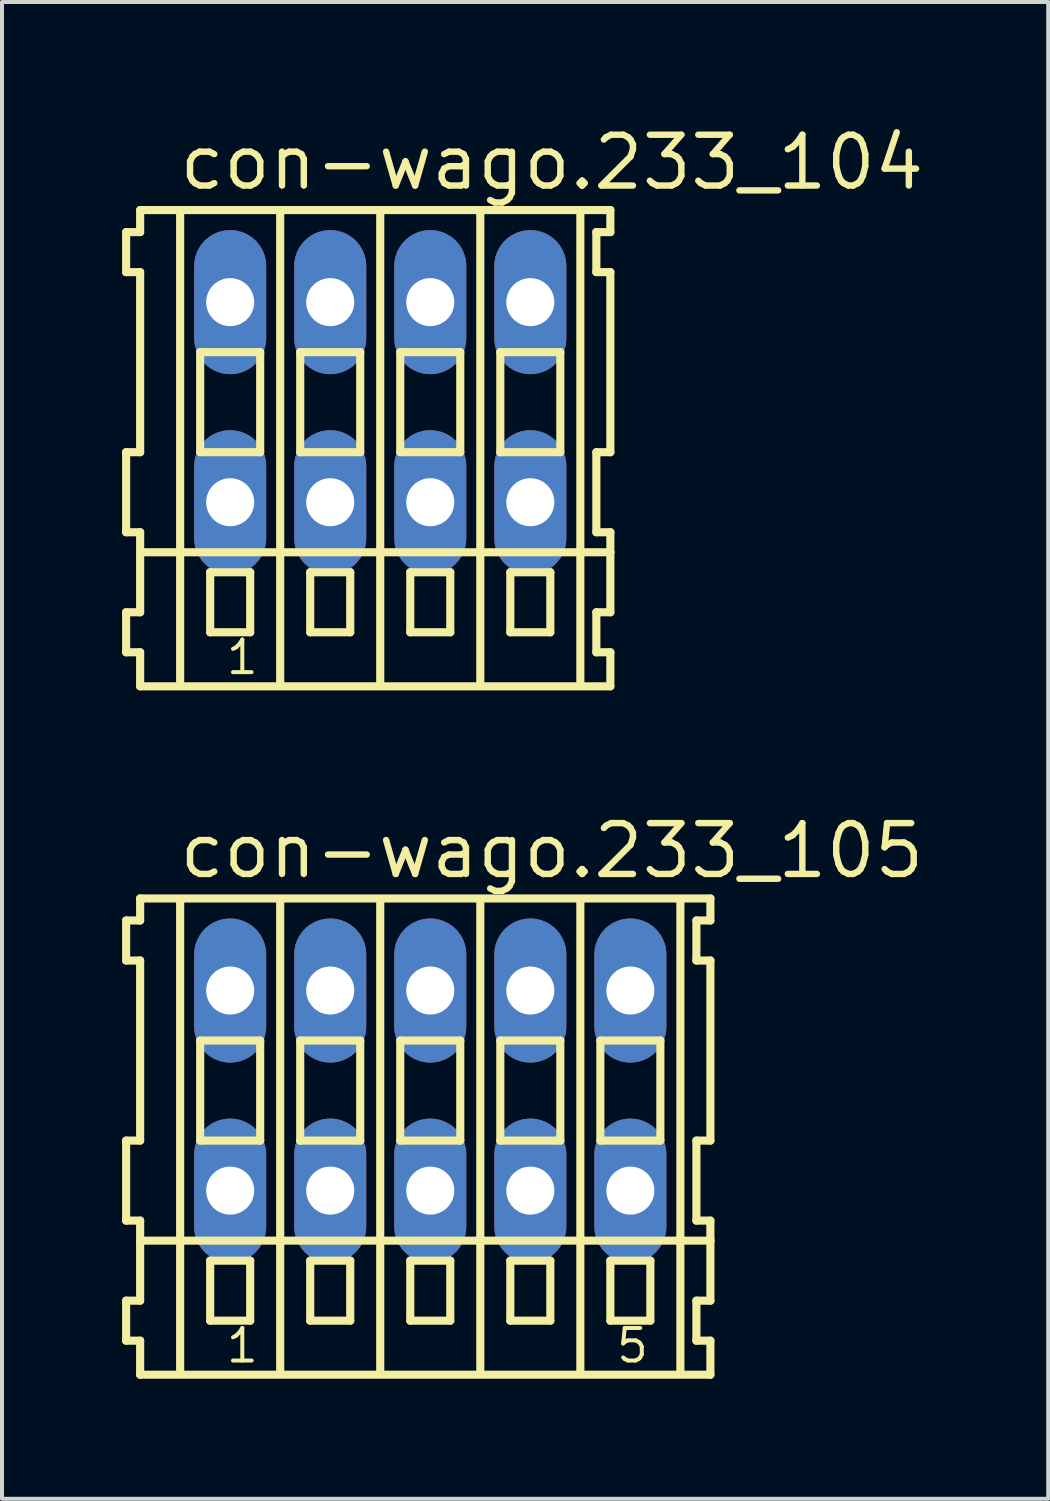
<source format=kicad_pcb>
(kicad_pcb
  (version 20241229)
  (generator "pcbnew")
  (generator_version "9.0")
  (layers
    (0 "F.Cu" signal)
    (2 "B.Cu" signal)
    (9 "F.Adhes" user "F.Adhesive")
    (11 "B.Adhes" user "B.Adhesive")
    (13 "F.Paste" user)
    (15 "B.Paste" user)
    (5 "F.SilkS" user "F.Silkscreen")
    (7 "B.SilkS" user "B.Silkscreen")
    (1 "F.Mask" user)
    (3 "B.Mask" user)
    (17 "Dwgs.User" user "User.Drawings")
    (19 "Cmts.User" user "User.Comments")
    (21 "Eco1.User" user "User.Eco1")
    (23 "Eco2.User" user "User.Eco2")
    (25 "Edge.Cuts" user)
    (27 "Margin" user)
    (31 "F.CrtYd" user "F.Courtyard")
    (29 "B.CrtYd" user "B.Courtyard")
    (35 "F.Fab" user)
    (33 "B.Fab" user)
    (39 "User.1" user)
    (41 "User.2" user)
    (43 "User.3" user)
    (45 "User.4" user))
  (footprint "con-wago.233_104"
    (layer "F.Cu")
    (at 6.452 7)
    (property "Reference" "con-wago.233_104" (at -5.1 -5.25 0) (layer "F.SilkS") (effects (font (size 1.27 1.27) (thickness 0.16)) (justify left bottom)))
    (attr through_hole)
    (fp_line (start -6.35 -4.25) (end -6.35 -3.25) (stroke (width 0.203) (type default)) (layer "F.SilkS"))
    (fp_line (start -6.35 -3.25) (end -6 -3.25) (stroke (width 0.203) (type default)) (layer "F.SilkS"))
    (fp_line (start -6.35 1.25) (end -6.35 3.25) (stroke (width 0.203) (type default)) (layer "F.SilkS"))
    (fp_line (start -6.35 3.25) (end -6 3.25) (stroke (width 0.203) (type default)) (layer "F.SilkS"))
    (fp_line (start -6.35 5.25) (end -6.35 6.25) (stroke (width 0.203) (type default)) (layer "F.SilkS"))
    (fp_line (start -6.35 6.25) (end -6 6.25) (stroke (width 0.203) (type default)) (layer "F.SilkS"))
    (fp_line (start -6 -4.8) (end -6 -4.25) (stroke (width 0.203) (type default)) (layer "F.SilkS"))
    (fp_line (start -6 -4.25) (end -6.35 -4.25) (stroke (width 0.203) (type default)) (layer "F.SilkS"))
    (fp_line (start -6 -3.25) (end -6 1.25) (stroke (width 0.203) (type default)) (layer "F.SilkS"))
    (fp_line (start -6 1.25) (end -6.35 1.25) (stroke (width 0.203) (type default)) (layer "F.SilkS"))
    (fp_line (start -6 3.25) (end -6 5.25) (stroke (width 0.203) (type default)) (layer "F.SilkS"))
    (fp_line (start -6 3.75) (end 5.75 3.75) (stroke (width 0.203) (type default)) (layer "F.SilkS"))
    (fp_line (start -6 5.25) (end -6.35 5.25) (stroke (width 0.203) (type default)) (layer "F.SilkS"))
    (fp_line (start -6 6.25) (end -6 7.1) (stroke (width 0.203) (type default)) (layer "F.SilkS"))
    (fp_line (start -6 7.1) (end 5.75 7.1) (stroke (width 0.203) (type default)) (layer "F.SilkS"))
    (fp_line (start -5 -4.75) (end -5 7) (stroke (width 0.203) (type default)) (layer "F.SilkS"))
    (fp_line (start -4.5 -1.25) (end -4.5 1.25) (stroke (width 0.203) (type default)) (layer "F.SilkS"))
    (fp_line (start -4.5 1.25) (end -3 1.25) (stroke (width 0.203) (type default)) (layer "F.SilkS"))
    (fp_line (start -4.25 4.25) (end -4.25 5.75) (stroke (width 0.203) (type default)) (layer "F.SilkS"))
    (fp_line (start -4.25 5.75) (end -3.25 5.75) (stroke (width 0.203) (type default)) (layer "F.SilkS"))
    (fp_line (start -3.25 4.25) (end -4.25 4.25) (stroke (width 0.203) (type default)) (layer "F.SilkS"))
    (fp_line (start -3.25 5.75) (end -3.25 4.25) (stroke (width 0.203) (type default)) (layer "F.SilkS"))
    (fp_line (start -3 -1.25) (end -4.5 -1.25) (stroke (width 0.203) (type default)) (layer "F.SilkS"))
    (fp_line (start -3 1.25) (end -3 -1.25) (stroke (width 0.203) (type default)) (layer "F.SilkS"))
    (fp_line (start -2.5 -4.75) (end -2.5 7) (stroke (width 0.203) (type default)) (layer "F.SilkS"))
    (fp_line (start -2 -1.25) (end -2 1.25) (stroke (width 0.203) (type default)) (layer "F.SilkS"))
    (fp_line (start -2 1.25) (end -0.5 1.25) (stroke (width 0.203) (type default)) (layer "F.SilkS"))
    (fp_line (start -1.75 4.25) (end -1.75 5.75) (stroke (width 0.203) (type default)) (layer "F.SilkS"))
    (fp_line (start -1.75 5.75) (end -0.75 5.75) (stroke (width 0.203) (type default)) (layer "F.SilkS"))
    (fp_line (start -0.75 4.25) (end -1.75 4.25) (stroke (width 0.203) (type default)) (layer "F.SilkS"))
    (fp_line (start -0.75 5.75) (end -0.75 4.25) (stroke (width 0.203) (type default)) (layer "F.SilkS"))
    (fp_line (start -0.5 -1.25) (end -2 -1.25) (stroke (width 0.203) (type default)) (layer "F.SilkS"))
    (fp_line (start -0.5 1.25) (end -0.5 -1.25) (stroke (width 0.203) (type default)) (layer "F.SilkS"))
    (fp_line (start 0 -4.75) (end 0 7) (stroke (width 0.203) (type default)) (layer "F.SilkS"))
    (fp_line (start 0.5 -1.25) (end 0.5 1.25) (stroke (width 0.203) (type default)) (layer "F.SilkS"))
    (fp_line (start 0.5 1.25) (end 2 1.25) (stroke (width 0.203) (type default)) (layer "F.SilkS"))
    (fp_line (start 0.75 4.25) (end 0.75 5.75) (stroke (width 0.203) (type default)) (layer "F.SilkS"))
    (fp_line (start 0.75 5.75) (end 1.75 5.75) (stroke (width 0.203) (type default)) (layer "F.SilkS"))
    (fp_line (start 1.75 4.25) (end 0.75 4.25) (stroke (width 0.203) (type default)) (layer "F.SilkS"))
    (fp_line (start 1.75 5.75) (end 1.75 4.25) (stroke (width 0.203) (type default)) (layer "F.SilkS"))
    (fp_line (start 2 -1.25) (end 0.5 -1.25) (stroke (width 0.203) (type default)) (layer "F.SilkS"))
    (fp_line (start 2 1.25) (end 2 -1.25) (stroke (width 0.203) (type default)) (layer "F.SilkS"))
    (fp_line (start 2.5 -4.75) (end 2.5 7) (stroke (width 0.203) (type default)) (layer "F.SilkS"))
    (fp_line (start 3 -1.25) (end 3 1.25) (stroke (width 0.203) (type default)) (layer "F.SilkS"))
    (fp_line (start 3 1.25) (end 4.5 1.25) (stroke (width 0.203) (type default)) (layer "F.SilkS"))
    (fp_line (start 3.25 4.25) (end 3.25 5.75) (stroke (width 0.203) (type default)) (layer "F.SilkS"))
    (fp_line (start 3.25 5.75) (end 4.25 5.75) (stroke (width 0.203) (type default)) (layer "F.SilkS"))
    (fp_line (start 4.25 4.25) (end 3.25 4.25) (stroke (width 0.203) (type default)) (layer "F.SilkS"))
    (fp_line (start 4.25 5.75) (end 4.25 4.25) (stroke (width 0.203) (type default)) (layer "F.SilkS"))
    (fp_line (start 4.5 -1.25) (end 3 -1.25) (stroke (width 0.203) (type default)) (layer "F.SilkS"))
    (fp_line (start 4.5 1.25) (end 4.5 -1.25) (stroke (width 0.203) (type default)) (layer "F.SilkS"))
    (fp_line (start 5 -4.75) (end 5 7) (stroke (width 0.203) (type default)) (layer "F.SilkS"))
    (fp_line (start 5.4 -4.25) (end 5.4 -3.25) (stroke (width 0.203) (type default)) (layer "F.SilkS"))
    (fp_line (start 5.4 -3.25) (end 5.75 -3.25) (stroke (width 0.203) (type default)) (layer "F.SilkS"))
    (fp_line (start 5.4 1.25) (end 5.4 3.25) (stroke (width 0.203) (type default)) (layer "F.SilkS"))
    (fp_line (start 5.4 3.25) (end 5.75 3.25) (stroke (width 0.203) (type default)) (layer "F.SilkS"))
    (fp_line (start 5.4 5.25) (end 5.4 6.25) (stroke (width 0.203) (type default)) (layer "F.SilkS"))
    (fp_line (start 5.4 6.25) (end 5.75 6.25) (stroke (width 0.203) (type default)) (layer "F.SilkS"))
    (fp_line (start 5.75 -4.8) (end -6 -4.8) (stroke (width 0.203) (type default)) (layer "F.SilkS"))
    (fp_line (start 5.75 -4.25) (end 5.4 -4.25) (stroke (width 0.203) (type default)) (layer "F.SilkS"))
    (fp_line (start 5.75 -4.25) (end 5.75 -4.8) (stroke (width 0.203) (type default)) (layer "F.SilkS"))
    (fp_line (start 5.75 1.25) (end 5.4 1.25) (stroke (width 0.203) (type default)) (layer "F.SilkS"))
    (fp_line (start 5.75 1.25) (end 5.75 -3.25) (stroke (width 0.203) (type default)) (layer "F.SilkS"))
    (fp_line (start 5.75 3.75) (end 5.75 3.25) (stroke (width 0.203) (type default)) (layer "F.SilkS"))
    (fp_line (start 5.75 5.25) (end 5.4 5.25) (stroke (width 0.203) (type default)) (layer "F.SilkS"))
    (fp_line (start 5.75 5.25) (end 5.75 3.75) (stroke (width 0.203) (type default)) (layer "F.SilkS"))
    (fp_line (start 5.75 7.1) (end 5.75 6.25) (stroke (width 0.203) (type default)) (layer "F.SilkS"))
    (fp_text user "1" (at -3.9 6.85 0) (layer "F.SilkS") (effects (font (size 0.813 0.813) (thickness 0.1)) (justify left bottom)))
    (pad "A1" thru_hole oval (at -3.75 -2.5 90) (size 3.6 1.8) (drill 1.2) (layers "*.Cu" "*.Mask"))
    (pad "A2" thru_hole oval (at -1.25 -2.5 90) (size 3.6 1.8) (drill 1.2) (layers "*.Cu" "*.Mask"))
    (pad "A3" thru_hole oval (at 1.25 -2.5 90) (size 3.6 1.8) (drill 1.2) (layers "*.Cu" "*.Mask"))
    (pad "A4" thru_hole oval (at 3.75 -2.5 90) (size 3.6 1.8) (drill 1.2) (layers "*.Cu" "*.Mask"))
    (pad "B1" thru_hole oval (at -3.75 2.5 90) (size 3.6 1.8) (drill 1.2) (layers "*.Cu" "*.Mask"))
    (pad "B2" thru_hole oval (at -1.25 2.5 90) (size 3.6 1.8) (drill 1.2) (layers "*.Cu" "*.Mask"))
    (pad "B3" thru_hole oval (at 1.25 2.5 90) (size 3.6 1.8) (drill 1.2) (layers "*.Cu" "*.Mask"))
    (pad "B4" thru_hole oval (at 3.75 2.5 90) (size 3.6 1.8) (drill 1.2) (layers "*.Cu" "*.Mask")))
  (footprint "con-wago.233_105"
    (layer "F.Cu")
    (at 7.702 24.202)
    (property "Reference" "con-wago.233_105" (at -6.35 -5.25 0) (layer "F.SilkS") (effects (font (size 1.27 1.27) (thickness 0.16)) (justify left bottom)))
    (attr through_hole)
    (fp_line (start -7.6 -4.25) (end -7.6 -3.25) (stroke (width 0.203) (type default)) (layer "F.SilkS"))
    (fp_line (start -7.6 -3.25) (end -7.25 -3.25) (stroke (width 0.203) (type default)) (layer "F.SilkS"))
    (fp_line (start -7.6 1.25) (end -7.6 3.25) (stroke (width 0.203) (type default)) (layer "F.SilkS"))
    (fp_line (start -7.6 3.25) (end -7.25 3.25) (stroke (width 0.203) (type default)) (layer "F.SilkS"))
    (fp_line (start -7.6 5.25) (end -7.6 6.25) (stroke (width 0.203) (type default)) (layer "F.SilkS"))
    (fp_line (start -7.6 6.25) (end -7.25 6.25) (stroke (width 0.203) (type default)) (layer "F.SilkS"))
    (fp_line (start -7.25 -4.8) (end -7.25 -4.25) (stroke (width 0.203) (type default)) (layer "F.SilkS"))
    (fp_line (start -7.25 -4.25) (end -7.6 -4.25) (stroke (width 0.203) (type default)) (layer "F.SilkS"))
    (fp_line (start -7.25 -3.25) (end -7.25 1.25) (stroke (width 0.203) (type default)) (layer "F.SilkS"))
    (fp_line (start -7.25 1.25) (end -7.6 1.25) (stroke (width 0.203) (type default)) (layer "F.SilkS"))
    (fp_line (start -7.25 3.25) (end -7.25 5.25) (stroke (width 0.203) (type default)) (layer "F.SilkS"))
    (fp_line (start -7.25 3.75) (end 7 3.75) (stroke (width 0.203) (type default)) (layer "F.SilkS"))
    (fp_line (start -7.25 5.25) (end -7.6 5.25) (stroke (width 0.203) (type default)) (layer "F.SilkS"))
    (fp_line (start -7.25 6.25) (end -7.25 7.1) (stroke (width 0.203) (type default)) (layer "F.SilkS"))
    (fp_line (start -7.25 7.1) (end 7 7.1) (stroke (width 0.203) (type default)) (layer "F.SilkS"))
    (fp_line (start -6.25 -4.75) (end -6.25 7) (stroke (width 0.203) (type default)) (layer "F.SilkS"))
    (fp_line (start -5.75 -1.25) (end -5.75 1.25) (stroke (width 0.203) (type default)) (layer "F.SilkS"))
    (fp_line (start -5.75 1.25) (end -4.25 1.25) (stroke (width 0.203) (type default)) (layer "F.SilkS"))
    (fp_line (start -5.5 4.25) (end -5.5 5.75) (stroke (width 0.203) (type default)) (layer "F.SilkS"))
    (fp_line (start -5.5 5.75) (end -4.5 5.75) (stroke (width 0.203) (type default)) (layer "F.SilkS"))
    (fp_line (start -4.5 4.25) (end -5.5 4.25) (stroke (width 0.203) (type default)) (layer "F.SilkS"))
    (fp_line (start -4.5 5.75) (end -4.5 4.25) (stroke (width 0.203) (type default)) (layer "F.SilkS"))
    (fp_line (start -4.25 -1.25) (end -5.75 -1.25) (stroke (width 0.203) (type default)) (layer "F.SilkS"))
    (fp_line (start -4.25 1.25) (end -4.25 -1.25) (stroke (width 0.203) (type default)) (layer "F.SilkS"))
    (fp_line (start -3.75 -4.75) (end -3.75 7) (stroke (width 0.203) (type default)) (layer "F.SilkS"))
    (fp_line (start -3.25 -1.25) (end -3.25 1.25) (stroke (width 0.203) (type default)) (layer "F.SilkS"))
    (fp_line (start -3.25 1.25) (end -1.75 1.25) (stroke (width 0.203) (type default)) (layer "F.SilkS"))
    (fp_line (start -3 4.25) (end -3 5.75) (stroke (width 0.203) (type default)) (layer "F.SilkS"))
    (fp_line (start -3 5.75) (end -2 5.75) (stroke (width 0.203) (type default)) (layer "F.SilkS"))
    (fp_line (start -2 4.25) (end -3 4.25) (stroke (width 0.203) (type default)) (layer "F.SilkS"))
    (fp_line (start -2 5.75) (end -2 4.25) (stroke (width 0.203) (type default)) (layer "F.SilkS"))
    (fp_line (start -1.75 -1.25) (end -3.25 -1.25) (stroke (width 0.203) (type default)) (layer "F.SilkS"))
    (fp_line (start -1.75 1.25) (end -1.75 -1.25) (stroke (width 0.203) (type default)) (layer "F.SilkS"))
    (fp_line (start -1.25 -4.75) (end -1.25 7) (stroke (width 0.203) (type default)) (layer "F.SilkS"))
    (fp_line (start -0.75 -1.25) (end -0.75 1.25) (stroke (width 0.203) (type default)) (layer "F.SilkS"))
    (fp_line (start -0.75 1.25) (end 0.75 1.25) (stroke (width 0.203) (type default)) (layer "F.SilkS"))
    (fp_line (start -0.5 4.25) (end -0.5 5.75) (stroke (width 0.203) (type default)) (layer "F.SilkS"))
    (fp_line (start -0.5 5.75) (end 0.5 5.75) (stroke (width 0.203) (type default)) (layer "F.SilkS"))
    (fp_line (start 0.5 4.25) (end -0.5 4.25) (stroke (width 0.203) (type default)) (layer "F.SilkS"))
    (fp_line (start 0.5 5.75) (end 0.5 4.25) (stroke (width 0.203) (type default)) (layer "F.SilkS"))
    (fp_line (start 0.75 -1.25) (end -0.75 -1.25) (stroke (width 0.203) (type default)) (layer "F.SilkS"))
    (fp_line (start 0.75 1.25) (end 0.75 -1.25) (stroke (width 0.203) (type default)) (layer "F.SilkS"))
    (fp_line (start 1.25 -4.75) (end 1.25 7) (stroke (width 0.203) (type default)) (layer "F.SilkS"))
    (fp_line (start 1.75 -1.25) (end 1.75 1.25) (stroke (width 0.203) (type default)) (layer "F.SilkS"))
    (fp_line (start 1.75 1.25) (end 3.25 1.25) (stroke (width 0.203) (type default)) (layer "F.SilkS"))
    (fp_line (start 2 4.25) (end 2 5.75) (stroke (width 0.203) (type default)) (layer "F.SilkS"))
    (fp_line (start 2 5.75) (end 3 5.75) (stroke (width 0.203) (type default)) (layer "F.SilkS"))
    (fp_line (start 3 4.25) (end 2 4.25) (stroke (width 0.203) (type default)) (layer "F.SilkS"))
    (fp_line (start 3 5.75) (end 3 4.25) (stroke (width 0.203) (type default)) (layer "F.SilkS"))
    (fp_line (start 3.25 -1.25) (end 1.75 -1.25) (stroke (width 0.203) (type default)) (layer "F.SilkS"))
    (fp_line (start 3.25 1.25) (end 3.25 -1.25) (stroke (width 0.203) (type default)) (layer "F.SilkS"))
    (fp_line (start 3.75 -4.75) (end 3.75 7) (stroke (width 0.203) (type default)) (layer "F.SilkS"))
    (fp_line (start 4.25 -1.25) (end 4.25 1.25) (stroke (width 0.203) (type default)) (layer "F.SilkS"))
    (fp_line (start 4.25 1.25) (end 5.75 1.25) (stroke (width 0.203) (type default)) (layer "F.SilkS"))
    (fp_line (start 4.5 4.25) (end 4.5 5.75) (stroke (width 0.203) (type default)) (layer "F.SilkS"))
    (fp_line (start 4.5 5.75) (end 5.5 5.75) (stroke (width 0.203) (type default)) (layer "F.SilkS"))
    (fp_line (start 5.5 4.25) (end 4.5 4.25) (stroke (width 0.203) (type default)) (layer "F.SilkS"))
    (fp_line (start 5.5 5.75) (end 5.5 4.25) (stroke (width 0.203) (type default)) (layer "F.SilkS"))
    (fp_line (start 5.75 -1.25) (end 4.25 -1.25) (stroke (width 0.203) (type default)) (layer "F.SilkS"))
    (fp_line (start 5.75 1.25) (end 5.75 -1.25) (stroke (width 0.203) (type default)) (layer "F.SilkS"))
    (fp_line (start 6.25 -4.75) (end 6.25 7) (stroke (width 0.203) (type default)) (layer "F.SilkS"))
    (fp_line (start 6.65 -4.25) (end 6.65 -3.25) (stroke (width 0.203) (type default)) (layer "F.SilkS"))
    (fp_line (start 6.65 -3.25) (end 7 -3.25) (stroke (width 0.203) (type default)) (layer "F.SilkS"))
    (fp_line (start 6.65 1.25) (end 6.65 3.25) (stroke (width 0.203) (type default)) (layer "F.SilkS"))
    (fp_line (start 6.65 3.25) (end 7 3.25) (stroke (width 0.203) (type default)) (layer "F.SilkS"))
    (fp_line (start 6.65 5.25) (end 6.65 6.25) (stroke (width 0.203) (type default)) (layer "F.SilkS"))
    (fp_line (start 6.65 6.25) (end 7 6.25) (stroke (width 0.203) (type default)) (layer "F.SilkS"))
    (fp_line (start 7 -4.8) (end -7.25 -4.8) (stroke (width 0.203) (type default)) (layer "F.SilkS"))
    (fp_line (start 7 -4.25) (end 6.65 -4.25) (stroke (width 0.203) (type default)) (layer "F.SilkS"))
    (fp_line (start 7 -4.25) (end 7 -4.8) (stroke (width 0.203) (type default)) (layer "F.SilkS"))
    (fp_line (start 7 1.25) (end 6.65 1.25) (stroke (width 0.203) (type default)) (layer "F.SilkS"))
    (fp_line (start 7 1.25) (end 7 -3.25) (stroke (width 0.203) (type default)) (layer "F.SilkS"))
    (fp_line (start 7 3.75) (end 7 3.25) (stroke (width 0.203) (type default)) (layer "F.SilkS"))
    (fp_line (start 7 5.25) (end 6.65 5.25) (stroke (width 0.203) (type default)) (layer "F.SilkS"))
    (fp_line (start 7 5.25) (end 7 3.75) (stroke (width 0.203) (type default)) (layer "F.SilkS"))
    (fp_line (start 7 7.1) (end 7 6.25) (stroke (width 0.203) (type default)) (layer "F.SilkS"))
    (fp_text user "1" (at -5.15 6.85 0) (layer "F.SilkS") (effects (font (size 0.813 0.813) (thickness 0.1)) (justify left bottom)))
    (fp_text user "5" (at 4.6 6.85 0) (layer "F.SilkS") (effects (font (size 0.813 0.813) (thickness 0.1)) (justify left bottom)))
    (pad "A1" thru_hole oval (at -5 -2.5 90) (size 3.6 1.8) (drill 1.2) (layers "*.Cu" "*.Mask"))
    (pad "A2" thru_hole oval (at -2.5 -2.5 90) (size 3.6 1.8) (drill 1.2) (layers "*.Cu" "*.Mask"))
    (pad "A3" thru_hole oval (at 0 -2.5 90) (size 3.6 1.8) (drill 1.2) (layers "*.Cu" "*.Mask"))
    (pad "A4" thru_hole oval (at 2.5 -2.5 90) (size 3.6 1.8) (drill 1.2) (layers "*.Cu" "*.Mask"))
    (pad "A5" thru_hole oval (at 5 -2.5 90) (size 3.6 1.8) (drill 1.2) (layers "*.Cu" "*.Mask"))
    (pad "B1" thru_hole oval (at -5 2.5 90) (size 3.6 1.8) (drill 1.2) (layers "*.Cu" "*.Mask"))
    (pad "B2" thru_hole oval (at -2.5 2.5 90) (size 3.6 1.8) (drill 1.2) (layers "*.Cu" "*.Mask"))
    (pad "B3" thru_hole oval (at 0 2.5 90) (size 3.6 1.8) (drill 1.2) (layers "*.Cu" "*.Mask"))
    (pad "B4" thru_hole oval (at 2.5 2.5 90) (size 3.6 1.8) (drill 1.2) (layers "*.Cu" "*.Mask"))
    (pad "B5" thru_hole oval (at 5 2.5 90) (size 3.6 1.8) (drill 1.2) (layers "*.Cu" "*.Mask")))
  (gr_rect
    (start -3 -3)
    (end 23.144 34.403)
    (stroke (width 0.1) (type default))
    (fill no)
    (layer "Edge.Cuts")))
</source>
